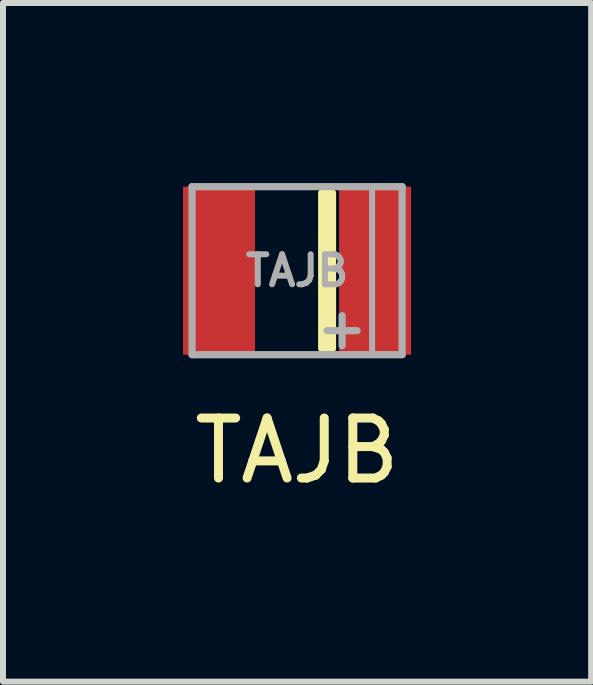
<source format=kicad_pcb>
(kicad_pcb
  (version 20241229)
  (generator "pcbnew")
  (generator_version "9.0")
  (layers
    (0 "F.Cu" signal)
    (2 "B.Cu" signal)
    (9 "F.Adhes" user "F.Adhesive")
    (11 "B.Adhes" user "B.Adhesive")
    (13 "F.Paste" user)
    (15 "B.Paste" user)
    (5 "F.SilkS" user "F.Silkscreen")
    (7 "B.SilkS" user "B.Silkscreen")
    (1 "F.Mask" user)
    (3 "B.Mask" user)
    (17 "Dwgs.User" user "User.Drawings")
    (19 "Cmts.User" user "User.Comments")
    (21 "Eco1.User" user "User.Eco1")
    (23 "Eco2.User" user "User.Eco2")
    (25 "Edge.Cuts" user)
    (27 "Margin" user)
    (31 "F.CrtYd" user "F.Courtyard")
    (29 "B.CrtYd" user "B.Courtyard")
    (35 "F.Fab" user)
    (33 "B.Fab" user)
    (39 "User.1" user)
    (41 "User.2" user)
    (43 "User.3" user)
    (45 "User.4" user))
  (footprint "TAJB"
    (layer "F.Cu")
    (at 1.9 1.46)
    (property "Reference" "TAJB" (at 0 3 0) (layer "F.SilkS") (effects (font (size 1 1) (thickness 0.15))))
    (attr smd)
    (fp_poly (pts (xy 0.6 -1.3) (xy 0.6 1.3) (xy 0.4 1.3) (xy 0.4 -1.3)) (stroke (width 0.1) (type solid)) (fill yes) (layer "F.SilkS"))
    (fp_line (start -1.75 -1.4) (end -1.75 1.4) (stroke (width 0.12) (type solid)) (layer "F.Fab"))
    (fp_line (start -1.75 1.4) (end 1.75 1.4) (stroke (width 0.12) (type solid)) (layer "F.Fab"))
    (fp_line (start 0.75 1.25) (end 0.75 0.75) (stroke (width 0.12) (type solid)) (layer "F.Fab"))
    (fp_line (start 1 1) (end 0.5 1) (stroke (width 0.12) (type solid)) (layer "F.Fab"))
    (fp_line (start 1.75 -1.4) (end -1.75 -1.4) (stroke (width 0.12) (type solid)) (layer "F.Fab"))
    (fp_line (start 1.75 1.4) (end 1.75 -1.4) (stroke (width 0.12) (type solid)) (layer "F.Fab"))
    (fp_poly (pts (xy 1.75 1.4) (xy 1.25 1.4) (xy 1.25 -1.4) (xy 1.75 -1.4)) (stroke (width 0.1) (type solid)) (fill no) (layer "F.Fab"))
    (fp_text user "${REFERENCE}" (at 0 0 0) (layer "F.Fab") (effects (font (size 0.5 0.5) (thickness 0.1))))
    (pad "1" smd rect (at 1.3 0 180) (size 1.2 2.8) (layers "F.Cu" "F.Mask" "F.Paste"))
    (pad "2" smd rect (at -1.3 0 180) (size 1.2 2.8) (layers "F.Cu" "F.Mask" "F.Paste")))
  (gr_rect
    (start -3 -3)
    (end 6.8 8.308)
    (stroke (width 0.1) (type default))
    (fill no)
    (layer "Edge.Cuts")))
</source>
